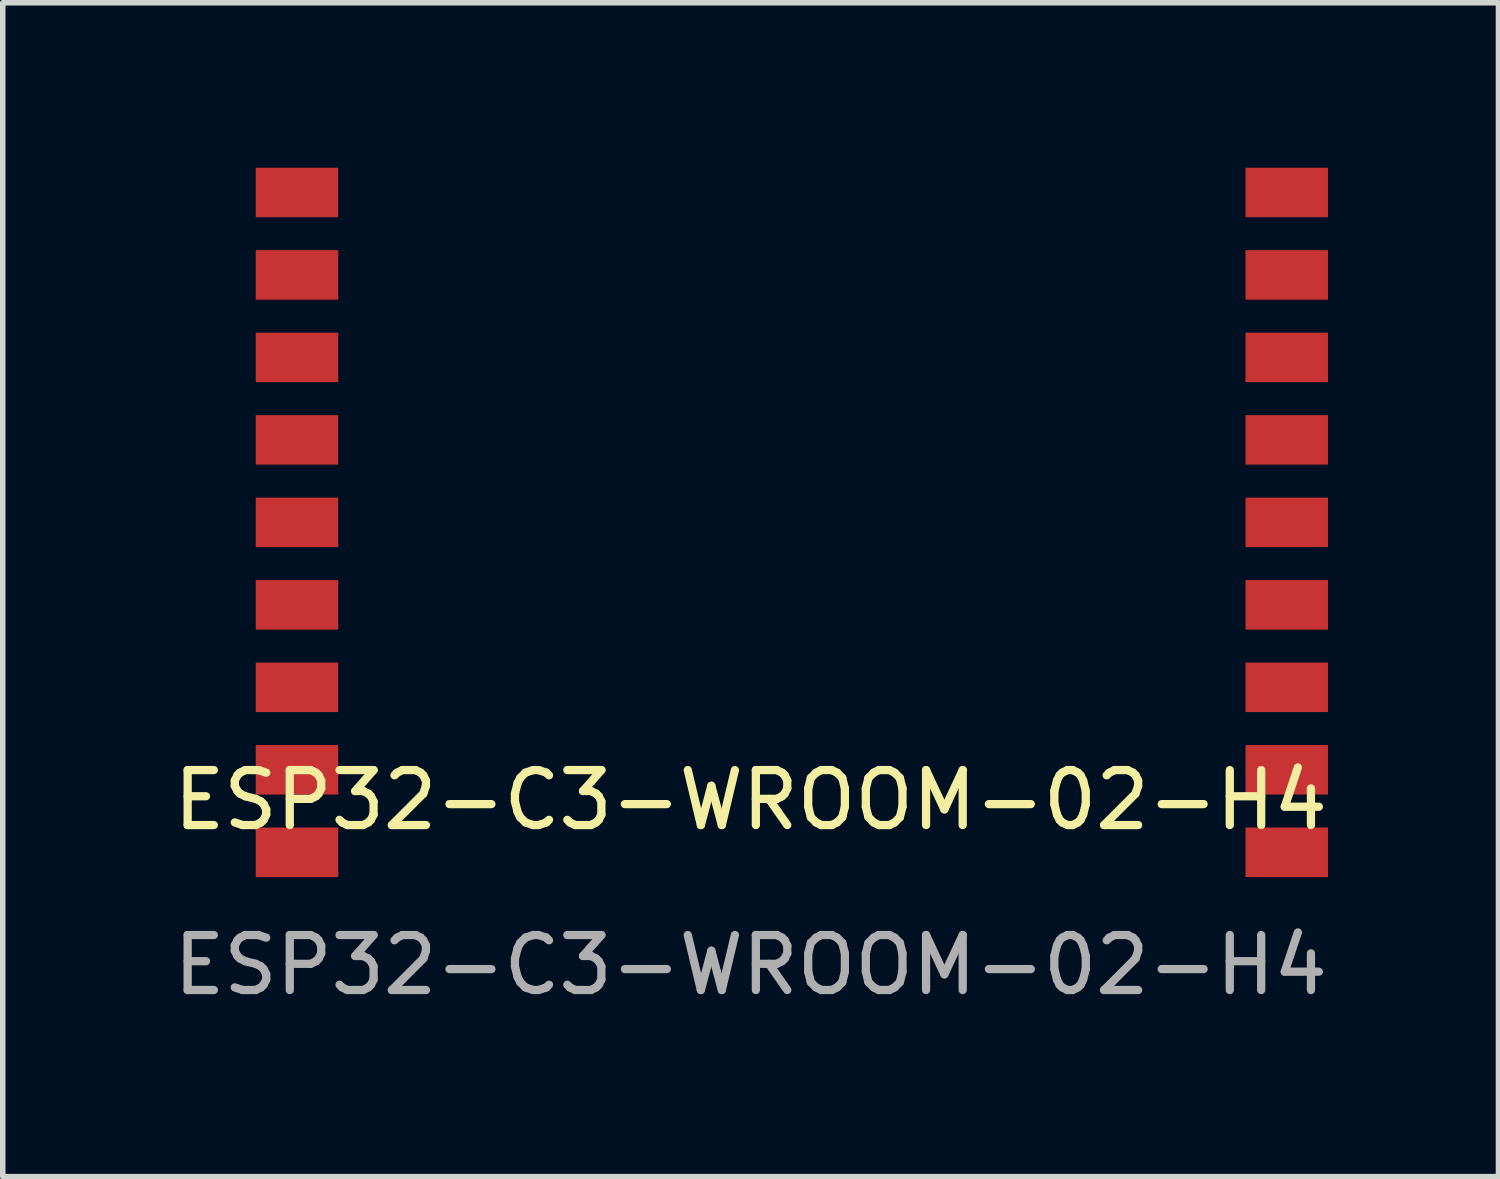
<source format=kicad_pcb>
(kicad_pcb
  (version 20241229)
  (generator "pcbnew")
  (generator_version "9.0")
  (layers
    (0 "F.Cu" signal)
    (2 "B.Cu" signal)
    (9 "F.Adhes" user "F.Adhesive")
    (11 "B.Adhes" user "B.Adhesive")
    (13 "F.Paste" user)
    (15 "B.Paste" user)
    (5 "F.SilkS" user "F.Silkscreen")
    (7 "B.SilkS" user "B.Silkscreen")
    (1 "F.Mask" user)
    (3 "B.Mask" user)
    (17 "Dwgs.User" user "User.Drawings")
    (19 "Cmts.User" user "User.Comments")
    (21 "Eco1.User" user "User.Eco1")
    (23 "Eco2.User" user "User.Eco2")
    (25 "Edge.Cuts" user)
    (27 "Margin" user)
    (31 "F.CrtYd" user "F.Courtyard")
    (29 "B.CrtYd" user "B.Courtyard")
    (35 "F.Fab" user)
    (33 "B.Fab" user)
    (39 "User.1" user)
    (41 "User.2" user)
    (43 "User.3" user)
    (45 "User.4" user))
  (footprint "ESP32-C3-WROOM-02-H4"
    (layer "F.Cu")
    (at 10.601 12)
    (property "Reference" "ESP32-C3-WROOM-02-H4" (at 0 -0.5 0) (unlocked yes) (layer "F.SilkS") (effects (font (size 1 1) (thickness 0.15))))
    (attr smd)
    (fp_rect (start -9 -12) (end -7.5 -11.1) (stroke (width 0) (type solid)) (fill yes) (layer "F.Cu"))
    (fp_rect (start -9 -10.5) (end -7.5 -9.6) (stroke (width 0) (type solid)) (fill yes) (layer "F.Cu"))
    (fp_rect (start -9 -9) (end -7.5 -8.1) (stroke (width 0) (type solid)) (fill yes) (layer "F.Cu"))
    (fp_rect (start -9 -7.5) (end -7.5 -6.6) (stroke (width 0) (type solid)) (fill yes) (layer "F.Cu"))
    (fp_rect (start -9 -6) (end -7.5 -5.1) (stroke (width 0) (type solid)) (fill yes) (layer "F.Cu"))
    (fp_rect (start -9 -4.5) (end -7.5 -3.6) (stroke (width 0) (type solid)) (fill yes) (layer "F.Cu"))
    (fp_rect (start -9 -3) (end -7.5 -2.1) (stroke (width 0) (type solid)) (fill yes) (layer "F.Cu"))
    (fp_rect (start -9 -1.5) (end -7.5 -0.6) (stroke (width 0) (type solid)) (fill yes) (layer "F.Cu"))
    (fp_rect (start -9 0) (end -7.5 0.9) (stroke (width 0) (type solid)) (fill yes) (layer "F.Cu"))
    (fp_rect (start 9 -12) (end 10.5 -11.1) (stroke (width 0) (type solid)) (fill yes) (layer "F.Cu"))
    (fp_rect (start 9 -10.5) (end 10.5 -9.6) (stroke (width 0) (type solid)) (fill yes) (layer "F.Cu"))
    (fp_rect (start 9 -9) (end 10.5 -8.1) (stroke (width 0) (type solid)) (fill yes) (layer "F.Cu"))
    (fp_rect (start 9 -7.5) (end 10.5 -6.6) (stroke (width 0) (type solid)) (fill yes) (layer "F.Cu"))
    (fp_rect (start 9 -6) (end 10.5 -5.1) (stroke (width 0) (type solid)) (fill yes) (layer "F.Cu"))
    (fp_rect (start 9 -4.5) (end 10.5 -3.6) (stroke (width 0) (type solid)) (fill yes) (layer "F.Cu"))
    (fp_rect (start 9 -3) (end 10.5 -2.1) (stroke (width 0) (type solid)) (fill yes) (layer "F.Cu"))
    (fp_rect (start 9 -1.5) (end 10.5 -0.6) (stroke (width 0) (type solid)) (fill yes) (layer "F.Cu"))
    (fp_rect (start 9 0) (end 10.5 0.9) (stroke (width 0) (type solid)) (fill yes) (layer "F.Cu"))
    (fp_text user "${REFERENCE}" (at 0 2.5 0) (unlocked yes) (layer "F.Fab") (effects (font (size 1 1) (thickness 0.15)))))
  (gr_rect
    (start -3 -3)
    (end 24.202 18.348)
    (stroke (width 0.1) (type default))
    (fill no)
    (layer "Edge.Cuts")))
</source>
